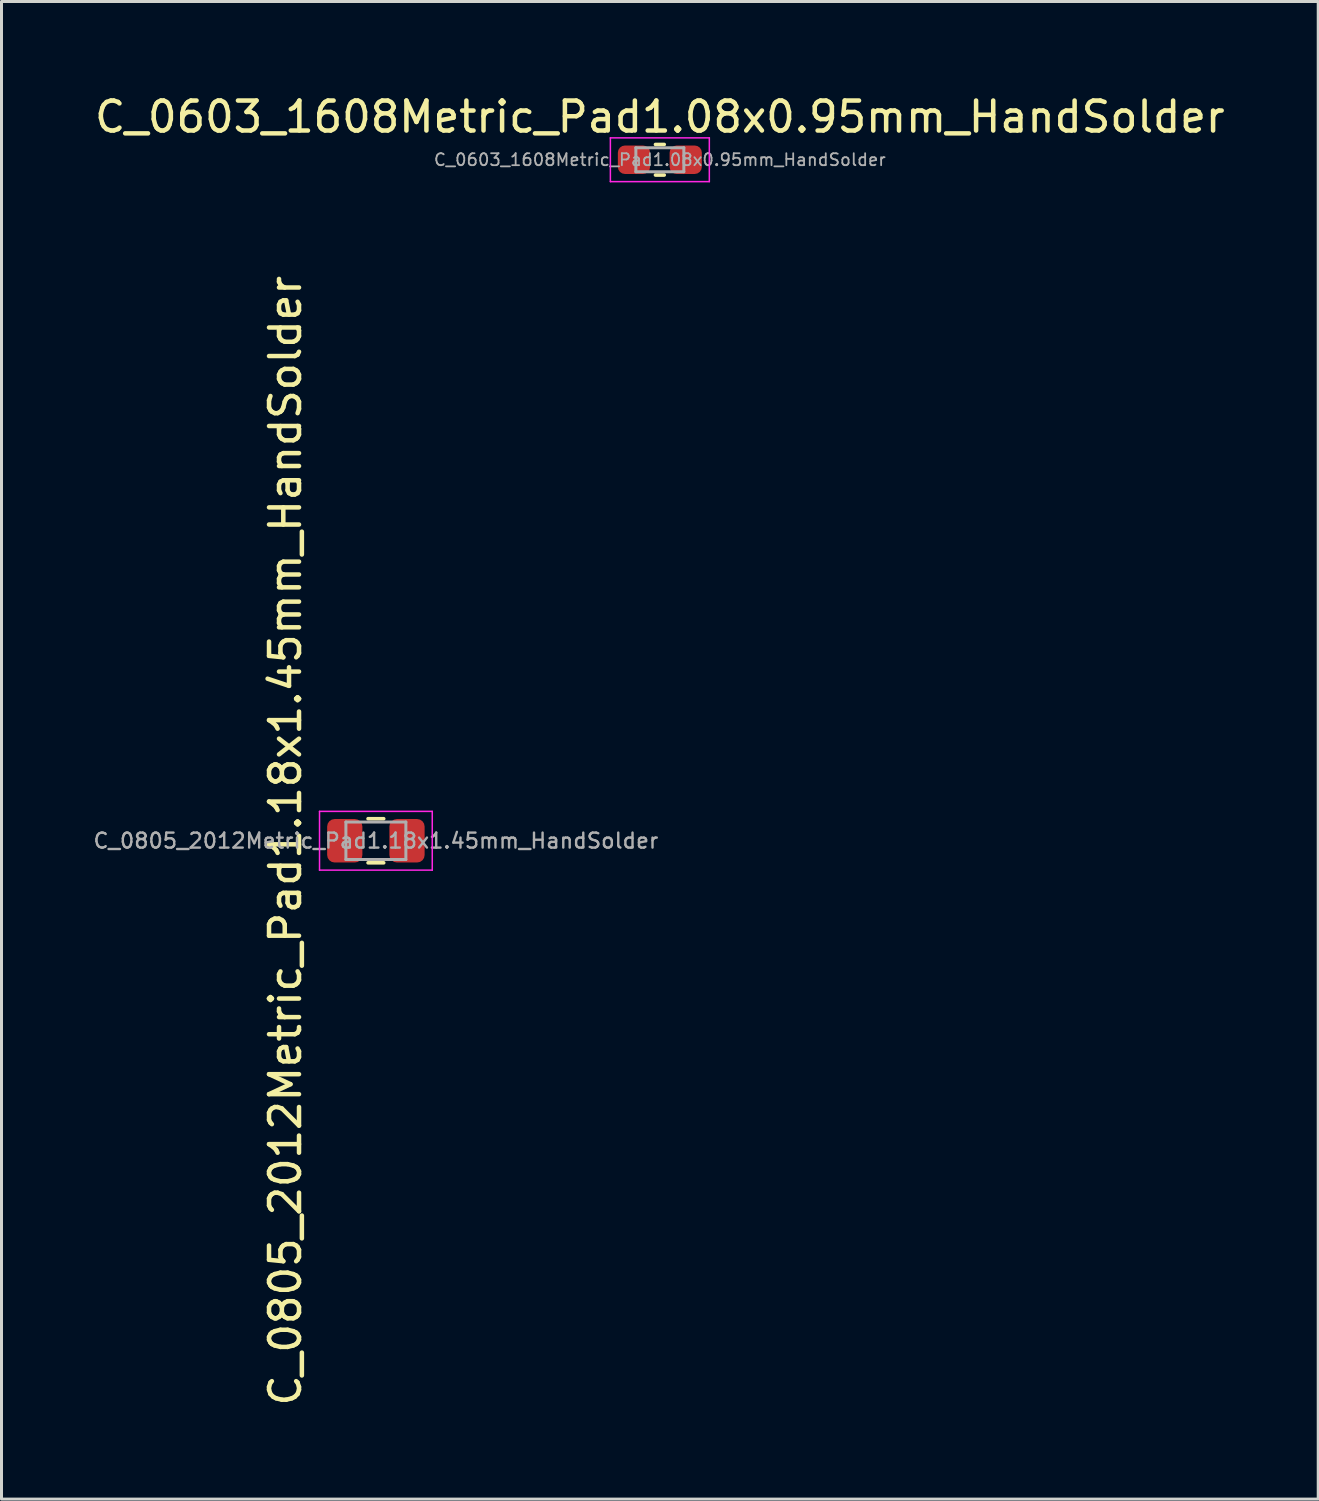
<source format=kicad_pcb>
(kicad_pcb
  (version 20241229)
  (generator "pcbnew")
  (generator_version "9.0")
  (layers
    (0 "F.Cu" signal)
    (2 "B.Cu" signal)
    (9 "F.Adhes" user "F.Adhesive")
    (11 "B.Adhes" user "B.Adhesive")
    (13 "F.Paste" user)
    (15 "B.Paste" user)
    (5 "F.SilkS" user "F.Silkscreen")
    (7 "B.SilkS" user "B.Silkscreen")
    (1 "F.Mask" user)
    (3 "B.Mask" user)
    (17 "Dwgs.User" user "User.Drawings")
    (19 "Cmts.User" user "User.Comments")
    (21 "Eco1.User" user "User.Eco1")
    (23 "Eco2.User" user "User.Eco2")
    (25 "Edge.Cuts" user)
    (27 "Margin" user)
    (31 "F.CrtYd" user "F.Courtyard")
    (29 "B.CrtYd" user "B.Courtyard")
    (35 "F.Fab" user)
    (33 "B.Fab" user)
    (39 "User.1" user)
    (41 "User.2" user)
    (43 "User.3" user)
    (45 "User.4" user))
  (footprint "C_0603_1608Metric_Pad1.08x0.95mm_HandSolder"
    (layer "F.Cu")
    (at 18.958 2.278)
    (property "Reference" "C_0603_1608Metric_Pad1.08x0.95mm_HandSolder" (at 0 -1.43 0) (layer "F.SilkS") (effects (font (size 1 1) (thickness 0.15))))
    (attr smd)
    (fp_line (start -0.146 -0.51) (end 0.146 -0.51) (stroke (width 0.12) (type solid)) (layer "F.SilkS"))
    (fp_line (start -0.146 0.51) (end 0.146 0.51) (stroke (width 0.12) (type solid)) (layer "F.SilkS"))
    (fp_line (start -1.65 -0.73) (end 1.65 -0.73) (stroke (width 0.05) (type solid)) (layer "F.CrtYd"))
    (fp_line (start -1.65 0.73) (end -1.65 -0.73) (stroke (width 0.05) (type solid)) (layer "F.CrtYd"))
    (fp_line (start 1.65 -0.73) (end 1.65 0.73) (stroke (width 0.05) (type solid)) (layer "F.CrtYd"))
    (fp_line (start 1.65 0.73) (end -1.65 0.73) (stroke (width 0.05) (type solid)) (layer "F.CrtYd"))
    (fp_line (start -0.8 -0.4) (end 0.8 -0.4) (stroke (width 0.1) (type solid)) (layer "F.Fab"))
    (fp_line (start -0.8 0.4) (end -0.8 -0.4) (stroke (width 0.1) (type solid)) (layer "F.Fab"))
    (fp_line (start 0.8 -0.4) (end 0.8 0.4) (stroke (width 0.1) (type solid)) (layer "F.Fab"))
    (fp_line (start 0.8 0.4) (end -0.8 0.4) (stroke (width 0.1) (type solid)) (layer "F.Fab"))
    (fp_text user "${REFERENCE}" (at 0 0 0) (layer "F.Fab") (effects (font (size 0.4 0.4) (thickness 0.06))))
    (pad "1" smd roundrect (at -0.863 0) (size 1.075 0.95) (layers "F.Cu" "F.Mask" "F.Paste") (roundrect_rratio 0.25))
    (pad "2" smd roundrect (at 0.863 0) (size 1.075 0.95) (layers "F.Cu" "F.Mask" "F.Paste") (roundrect_rratio 0.25)))
  (footprint "C_0805_2012Metric_Pad1.18x1.45mm_HandSolder"
    (layer "F.Cu")
    (at 9.487 24.992)
    (property "Reference" "C_0805_2012Metric_Pad1.18x1.45mm_HandSolder" (at -3.019 0 270) (layer "F.SilkS") (effects (font (size 1 1) (thickness 0.15))))
    (attr smd)
    (fp_line (start -0.261 -0.735) (end 0.261 -0.735) (stroke (width 0.12) (type solid)) (layer "F.SilkS"))
    (fp_line (start -0.261 0.735) (end 0.261 0.735) (stroke (width 0.12) (type solid)) (layer "F.SilkS"))
    (fp_line (start -1.88 -0.98) (end 1.88 -0.98) (stroke (width 0.05) (type solid)) (layer "F.CrtYd"))
    (fp_line (start -1.88 0.98) (end -1.88 -0.98) (stroke (width 0.05) (type solid)) (layer "F.CrtYd"))
    (fp_line (start 1.88 -0.98) (end 1.88 0.98) (stroke (width 0.05) (type solid)) (layer "F.CrtYd"))
    (fp_line (start 1.88 0.98) (end -1.88 0.98) (stroke (width 0.05) (type solid)) (layer "F.CrtYd"))
    (fp_line (start -1 -0.625) (end 1 -0.625) (stroke (width 0.1) (type solid)) (layer "F.Fab"))
    (fp_line (start -1 0.625) (end -1 -0.625) (stroke (width 0.1) (type solid)) (layer "F.Fab"))
    (fp_line (start 1 -0.625) (end 1 0.625) (stroke (width 0.1) (type solid)) (layer "F.Fab"))
    (fp_line (start 1 0.625) (end -1 0.625) (stroke (width 0.1) (type solid)) (layer "F.Fab"))
    (fp_text user "${REFERENCE}" (at 0 0 180) (layer "F.Fab") (effects (font (size 0.5 0.5) (thickness 0.08))))
    (pad "1" smd roundrect (at -1.038 0) (size 1.175 1.45) (layers "F.Cu" "F.Mask" "F.Paste") (roundrect_rratio 0.213))
    (pad "2" smd roundrect (at 1.038 0) (size 1.175 1.45) (layers "F.Cu" "F.Mask" "F.Paste") (roundrect_rratio 0.213)))
  (gr_rect
    (start -3 -3)
    (end 40.917 46.95)
    (stroke (width 0.1) (type default))
    (fill no)
    (layer "Edge.Cuts")))
</source>
